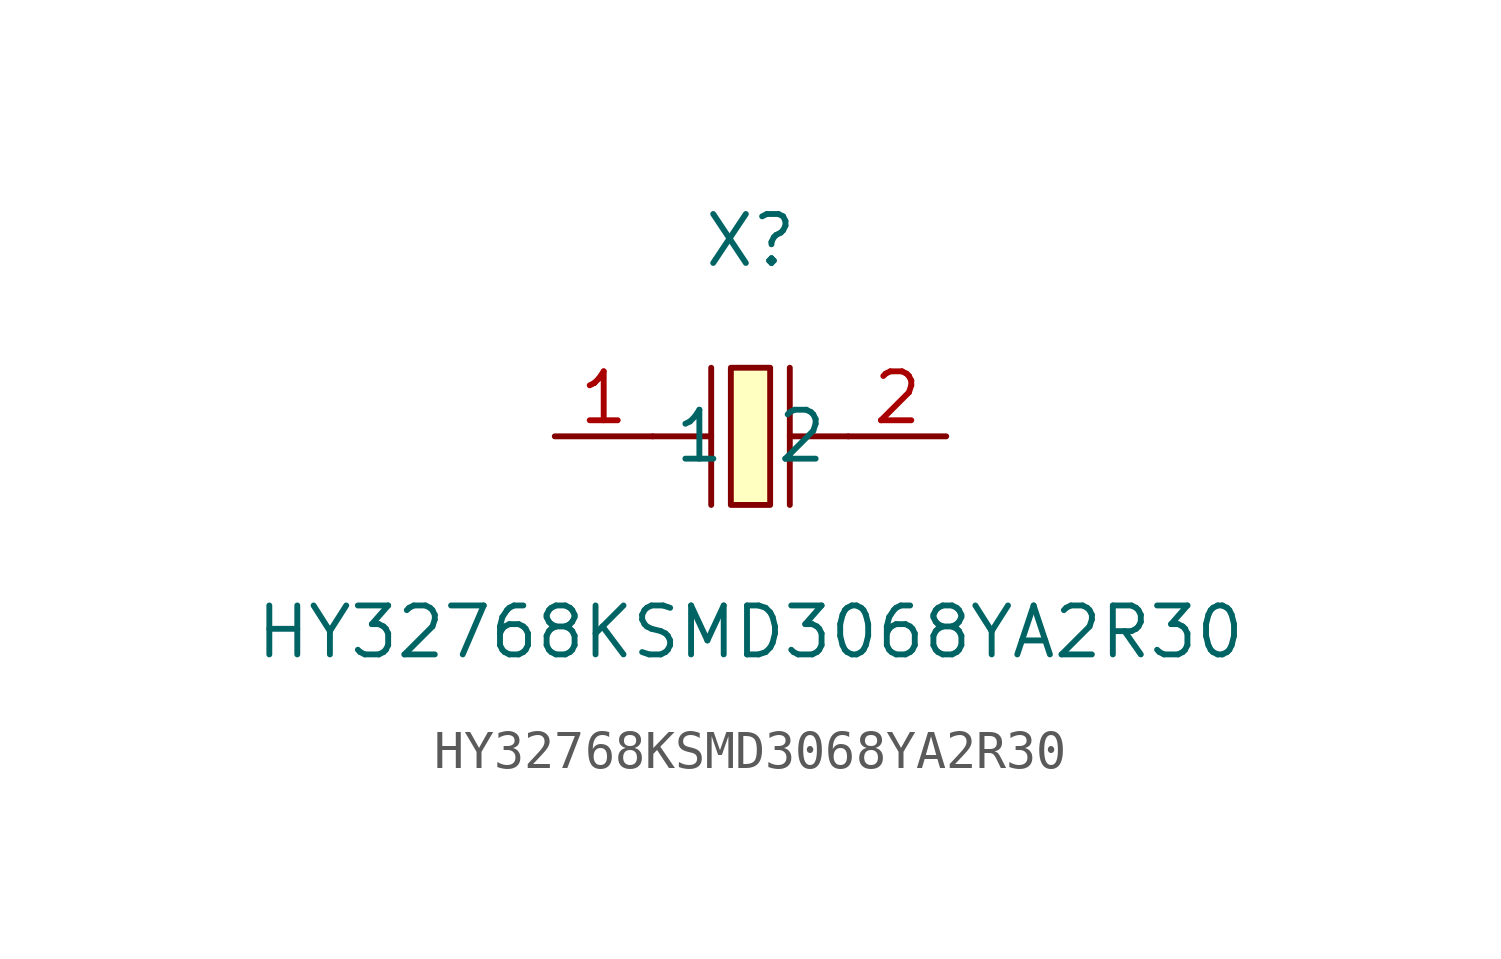
<source format=kicad_sym>
(kicad_symbol_lib
  (version 20211014)
  (generator https://github.com/uPesy/easyeda2kicad.py)
  (symbol "HY32768KSMD3068YA2R30"
    (property "Reference" "X"
      (at 0 6.35 0)
      (effects (font (size 1.27 1.27))))
    (property "Value" "HY32768KSMD3068YA2R30"
      (at 0 -3.81 0)
      (effects (font (size 1.27 1.27))))
    (symbol "HY32768KSMD3068YA2R30_0_1"
      (rectangle (start -0.51 3.05) (end 0.51 -0.51) (stroke (width 0) (type default) (color 0 0 0 0)) (fill (type background)))
      (polyline (pts (xy -1.02 3.05) (xy -1.02 -0.51)) (stroke (width 0) (type default) (color 0 0 0 0)) (fill (type none)))
      (polyline (pts (xy 1.02 3.05) (xy 1.02 -0.51)) (stroke (width 0) (type default) (color 0 0 0 0)) (fill (type none)))
      (polyline (pts (xy -2.54 1.27) (xy -1.02 1.27)) (stroke (width 0) (type default) (color 0 0 0 0)) (fill (type none)))
      (polyline (pts (xy 1.02 1.27) (xy 2.54 1.27)) (stroke (width 0) (type default) (color 0 0 0 0)) (fill (type none)))
      (pin unspecified line (at -5.08 1.27 0) (length 2.54) (name "1" (effects (font (size 1.27 1.27)))) (number "1" (effects (font (size 1.27 1.27)))))
      (pin unspecified line (at 5.08 1.27 180) (length 2.54) (name "2" (effects (font (size 1.27 1.27)))) (number "2" (effects (font (size 1.27 1.27))))))))
</source>
